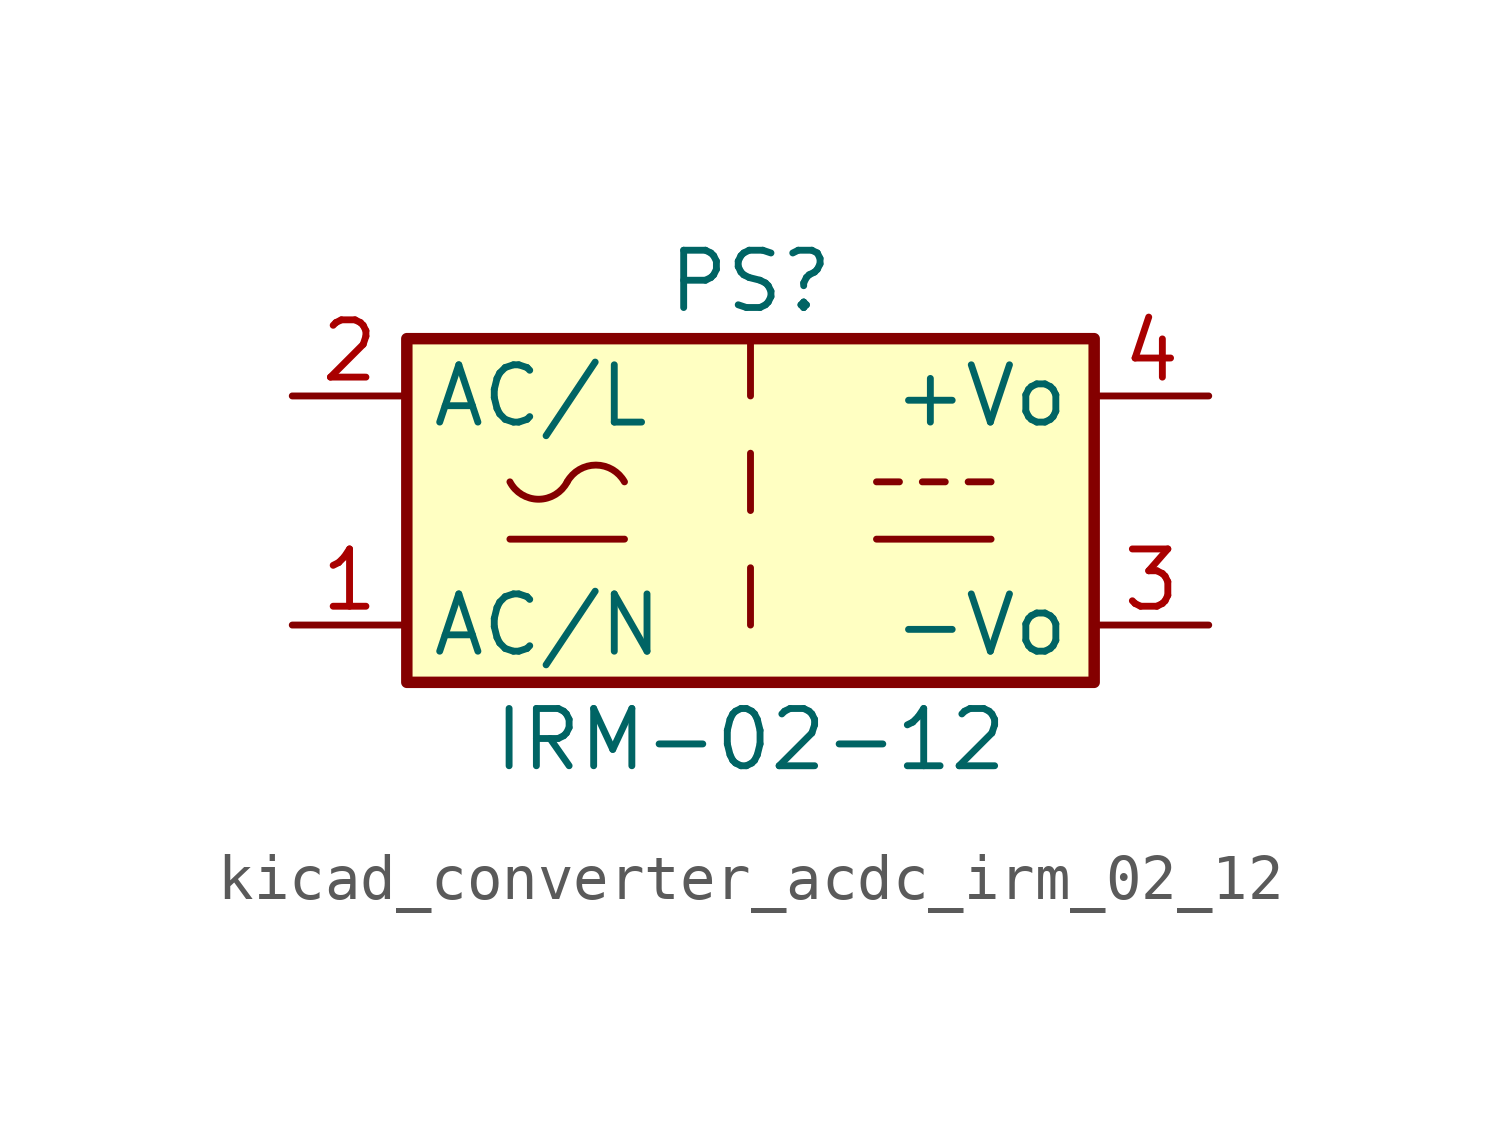
<source format=kicad_sym>
(kicad_symbol_lib
  (version 20220914)
  (generator kicad_symbol_editor)
  (symbol "kicad_converter_acdc_irm_02_12"
    (property "Reference" "PS"
      (at 0 5.08 0)
      (effects (font (size 1.27 1.27))))
    (property "Value" "IRM-02-12"
      (at 0 -5.08 0)
      (effects (font (size 1.27 1.27))))
    (symbol "kicad_converter_acdc_irm_02_12_0_1"
      (rectangle (start -7.62 3.81) (end 7.62 -3.81) (stroke (width 0.254) (type default)) (fill (type background)))
      (arc (start -5.334 0.635) (mid -4.699 0.2495) (end -4.064 0.635) (stroke (width 0) (type default)) (fill (type none)))
      (arc (start -2.794 0.635) (mid -3.429 1.0072) (end -4.064 0.635) (stroke (width 0) (type default)) (fill (type none)))
      (polyline (pts (xy -5.334 -0.635) (xy -2.794 -0.635)) (stroke (width 0) (type default)) (fill (type none)))
      (polyline (pts (xy 2.794 -0.635) (xy 5.334 -0.635)) (stroke (width 0) (type default)) (fill (type none)))
      (polyline (pts (xy 2.794 0.635) (xy 3.302 0.635)) (stroke (width 0) (type default)) (fill (type none)))
      (polyline (pts (xy 3.81 0.635) (xy 4.318 0.635)) (stroke (width 0) (type default)) (fill (type none)))
      (polyline (pts (xy 4.826 0.635) (xy 5.334 0.635)) (stroke (width 0) (type default)) (fill (type none))))
    (symbol "kicad_converter_acdc_irm_02_12_1_1"
      (polyline (pts (xy 0 -1.27) (xy 0 -2.54)) (stroke (width 0) (type default)) (fill (type none)))
      (polyline (pts (xy 0 1.27) (xy 0 0)) (stroke (width 0) (type default)) (fill (type none)))
      (polyline (pts (xy 0 3.81) (xy 0 2.54)) (stroke (width 0) (type default)) (fill (type none)))
      (pin power_in line (at -10.16 -2.54 0) (length 2.54) (name "AC/N" (effects (font (size 1.27 1.27)))) (number "1" (effects (font (size 1.27 1.27)))))
      (pin power_in line (at -10.16 2.54 0) (length 2.54) (name "AC/L" (effects (font (size 1.27 1.27)))) (number "2" (effects (font (size 1.27 1.27)))))
      (pin power_out line (at 10.16 -2.54 180) (length 2.54) (name "-Vo" (effects (font (size 1.27 1.27)))) (number "3" (effects (font (size 1.27 1.27)))))
      (pin power_out line (at 10.16 2.54 180) (length 2.54) (name "+Vo" (effects (font (size 1.27 1.27)))) (number "4" (effects (font (size 1.27 1.27))))))))
</source>
